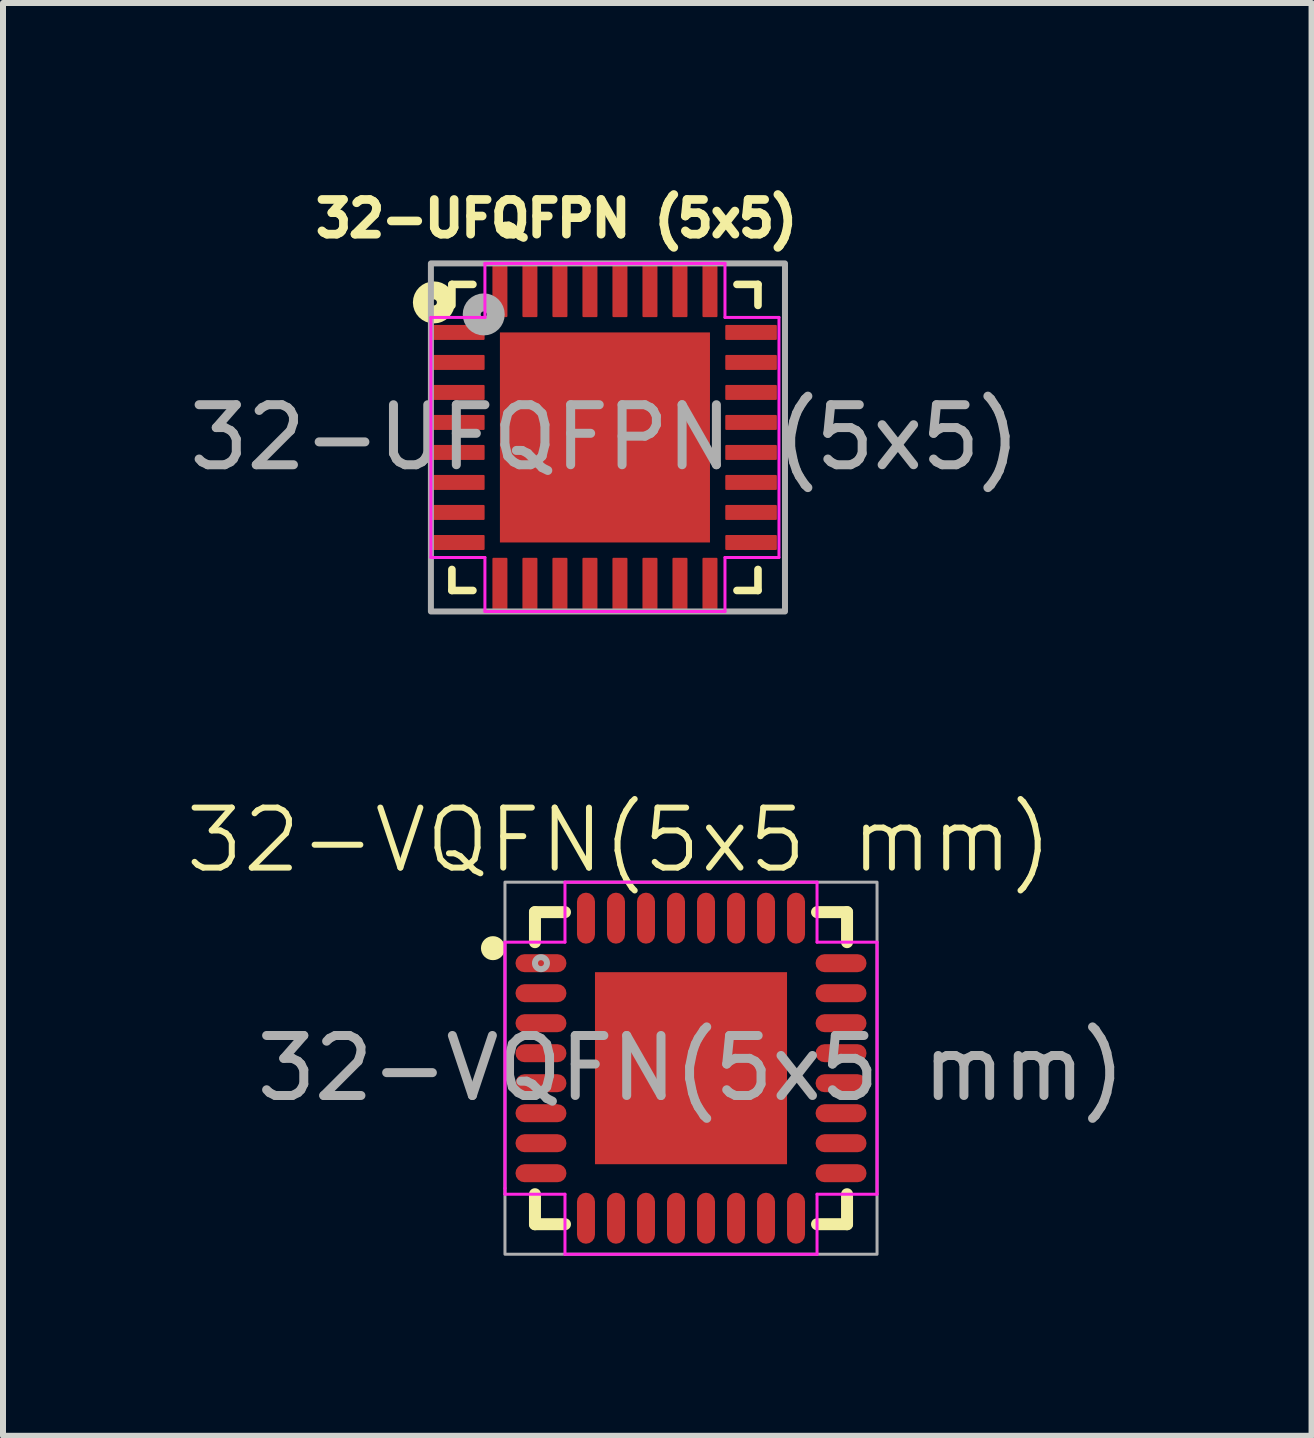
<source format=kicad_pcb>
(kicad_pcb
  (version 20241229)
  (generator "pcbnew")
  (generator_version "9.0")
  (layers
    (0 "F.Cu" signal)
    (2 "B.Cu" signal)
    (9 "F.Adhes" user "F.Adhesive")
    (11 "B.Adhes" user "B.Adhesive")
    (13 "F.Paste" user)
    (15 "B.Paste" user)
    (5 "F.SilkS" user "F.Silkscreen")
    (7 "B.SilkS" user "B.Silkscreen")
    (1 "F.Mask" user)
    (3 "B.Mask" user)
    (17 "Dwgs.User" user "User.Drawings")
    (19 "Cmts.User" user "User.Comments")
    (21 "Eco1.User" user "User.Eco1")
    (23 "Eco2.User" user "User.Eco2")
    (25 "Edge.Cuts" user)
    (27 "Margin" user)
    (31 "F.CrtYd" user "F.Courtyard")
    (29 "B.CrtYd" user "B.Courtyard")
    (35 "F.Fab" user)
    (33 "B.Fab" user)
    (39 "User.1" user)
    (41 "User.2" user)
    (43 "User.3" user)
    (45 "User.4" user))
  (footprint "32-UFQFPN (5x5)"
    (layer "F.Cu")
    (at 7.03 4.239)
    (property "Reference" "32-UFQFPN (5x5)" (at -0.807 -3.647 0) (layer "F.SilkS") (effects (font (size 0.578 0.578) (thickness 0.15))))
    (attr smd)
    (fp_line (start -2.55 -2.55) (end -2.55 -2.2) (stroke (width 0.127) (type solid)) (layer "F.SilkS"))
    (fp_line (start -2.55 -2.55) (end -2.2 -2.55) (stroke (width 0.127) (type solid)) (layer "F.SilkS"))
    (fp_line (start -2.55 2.55) (end -2.55 2.2) (stroke (width 0.127) (type solid)) (layer "F.SilkS"))
    (fp_line (start -2.55 2.55) (end -2.2 2.55) (stroke (width 0.127) (type solid)) (layer "F.SilkS"))
    (fp_line (start 2.55 -2.55) (end 2.2 -2.55) (stroke (width 0.127) (type solid)) (layer "F.SilkS"))
    (fp_line (start 2.55 -2.55) (end 2.55 -2.2) (stroke (width 0.127) (type solid)) (layer "F.SilkS"))
    (fp_line (start 2.55 2.55) (end 2.2 2.55) (stroke (width 0.127) (type solid)) (layer "F.SilkS"))
    (fp_line (start 2.55 2.55) (end 2.55 2.2) (stroke (width 0.127) (type solid)) (layer "F.SilkS"))
    (fp_circle (center -2.85 -2.25) (end -2.8 -2.25) (stroke (width 0.3) (type solid)) (fill no) (layer "F.SilkS"))
    (fp_poly (pts (xy -1.413 -1.41) (xy -0.17 -1.41) (xy -0.17 -0.17) (xy -1.413 -0.17)) (stroke (width 0.01) (type solid)) (fill yes) (layer "F.Paste"))
    (fp_poly (pts (xy -1.412 0.17) (xy -0.17 0.17) (xy -0.17 1.412) (xy -1.412 1.412)) (stroke (width 0.01) (type solid)) (fill yes) (layer "F.Paste"))
    (fp_poly (pts (xy 0.17 -1.41) (xy 1.41 -1.41) (xy 1.41 -0.17) (xy 0.17 -0.17)) (stroke (width 0.01) (type solid)) (fill yes) (layer "F.Paste"))
    (fp_poly (pts (xy 0.17 0.17) (xy 1.41 0.17) (xy 1.41 1.412) (xy 0.17 1.412)) (stroke (width 0.01) (type solid)) (fill yes) (layer "F.Paste"))
    (fp_line (start -2.9 -2) (end -2 -2) (stroke (width 0.05) (type default)) (layer "F.CrtYd"))
    (fp_line (start -2.9 2) (end -2.9 -2) (stroke (width 0.05) (type default)) (layer "F.CrtYd"))
    (fp_line (start -2 -2.9) (end 2 -2.9) (stroke (width 0.05) (type default)) (layer "F.CrtYd"))
    (fp_line (start -2 -2) (end -2 -2.9) (stroke (width 0.05) (type default)) (layer "F.CrtYd"))
    (fp_line (start -2 -2) (end -2 -2) (stroke (width 0.05) (type default)) (layer "F.CrtYd"))
    (fp_line (start -2 2) (end -2.9 2) (stroke (width 0.05) (type default)) (layer "F.CrtYd"))
    (fp_line (start -2 2.9) (end -2 2) (stroke (width 0.05) (type default)) (layer "F.CrtYd"))
    (fp_line (start 2 -2.9) (end 2 -2) (stroke (width 0.05) (type default)) (layer "F.CrtYd"))
    (fp_line (start 2 -2) (end 2.9 -2) (stroke (width 0.05) (type default)) (layer "F.CrtYd"))
    (fp_line (start 2 2) (end 2 2.9) (stroke (width 0.05) (type default)) (layer "F.CrtYd"))
    (fp_line (start 2 2.9) (end -2 2.9) (stroke (width 0.05) (type default)) (layer "F.CrtYd"))
    (fp_line (start 2.9 -2) (end 2.9 2) (stroke (width 0.05) (type default)) (layer "F.CrtYd"))
    (fp_line (start 2.9 2) (end 2 2) (stroke (width 0.05) (type default)) (layer "F.CrtYd"))
    (fp_rect (start -2.9 -2.9) (end 3 2.9) (stroke (width 0.1) (type default)) (fill no) (layer "F.Fab"))
    (fp_circle (center -2.02 -2.05) (end -1.97 -2.05) (stroke (width 0.3) (type solid)) (fill no) (layer "F.Fab"))
    (fp_text user "${REFERENCE}" (at 0 0 0) (unlocked yes) (layer "F.Fab") (effects (font (size 1 1) (thickness 0.15))))
    (pad "1" smd roundrect (at -2.435 -1.75) (size 0.86 0.25) (layers "F.Cu" "F.Mask" "F.Paste") (roundrect_rratio 0.07))
    (pad "2" smd roundrect (at -2.435 -1.25) (size 0.86 0.25) (layers "F.Cu" "F.Mask" "F.Paste") (roundrect_rratio 0.07))
    (pad "3" smd roundrect (at -2.435 -0.75) (size 0.86 0.25) (layers "F.Cu" "F.Mask" "F.Paste") (roundrect_rratio 0.07))
    (pad "4" smd roundrect (at -2.435 -0.25) (size 0.86 0.25) (layers "F.Cu" "F.Mask" "F.Paste") (roundrect_rratio 0.07))
    (pad "5" smd roundrect (at -2.435 0.25) (size 0.86 0.25) (layers "F.Cu" "F.Mask" "F.Paste") (roundrect_rratio 0.07))
    (pad "6" smd roundrect (at -2.435 0.75) (size 0.86 0.25) (layers "F.Cu" "F.Mask" "F.Paste") (roundrect_rratio 0.07))
    (pad "7" smd roundrect (at -2.435 1.25) (size 0.86 0.25) (layers "F.Cu" "F.Mask" "F.Paste") (roundrect_rratio 0.07))
    (pad "8" smd roundrect (at -2.435 1.75) (size 0.86 0.25) (layers "F.Cu" "F.Mask" "F.Paste") (roundrect_rratio 0.07))
    (pad "9" smd roundrect (at -1.75 2.435 90) (size 0.86 0.25) (layers "F.Cu" "F.Mask" "F.Paste") (roundrect_rratio 0.07))
    (pad "10" smd roundrect (at -1.25 2.435 90) (size 0.86 0.25) (layers "F.Cu" "F.Mask" "F.Paste") (roundrect_rratio 0.07))
    (pad "11" smd roundrect (at -0.75 2.435 90) (size 0.86 0.25) (layers "F.Cu" "F.Mask" "F.Paste") (roundrect_rratio 0.07))
    (pad "12" smd roundrect (at -0.25 2.435 90) (size 0.86 0.25) (layers "F.Cu" "F.Mask" "F.Paste") (roundrect_rratio 0.07))
    (pad "13" smd roundrect (at 0.25 2.435 90) (size 0.86 0.25) (layers "F.Cu" "F.Mask" "F.Paste") (roundrect_rratio 0.07))
    (pad "14" smd roundrect (at 0.75 2.435 90) (size 0.86 0.25) (layers "F.Cu" "F.Mask" "F.Paste") (roundrect_rratio 0.07))
    (pad "15" smd roundrect (at 1.25 2.435 90) (size 0.86 0.25) (layers "F.Cu" "F.Mask" "F.Paste") (roundrect_rratio 0.07))
    (pad "16" smd roundrect (at 1.75 2.435 90) (size 0.86 0.25) (layers "F.Cu" "F.Mask" "F.Paste") (roundrect_rratio 0.07))
    (pad "17" smd roundrect (at 2.435 1.75 180) (size 0.86 0.25) (layers "F.Cu" "F.Mask" "F.Paste") (roundrect_rratio 0.07))
    (pad "18" smd roundrect (at 2.435 1.25 180) (size 0.86 0.25) (layers "F.Cu" "F.Mask" "F.Paste") (roundrect_rratio 0.07))
    (pad "19" smd roundrect (at 2.435 0.75 180) (size 0.86 0.25) (layers "F.Cu" "F.Mask" "F.Paste") (roundrect_rratio 0.07))
    (pad "20" smd roundrect (at 2.435 0.25 180) (size 0.86 0.25) (layers "F.Cu" "F.Mask" "F.Paste") (roundrect_rratio 0.07))
    (pad "21" smd roundrect (at 2.435 -0.25 180) (size 0.86 0.25) (layers "F.Cu" "F.Mask" "F.Paste") (roundrect_rratio 0.07))
    (pad "22" smd roundrect (at 2.435 -0.75 180) (size 0.86 0.25) (layers "F.Cu" "F.Mask" "F.Paste") (roundrect_rratio 0.07))
    (pad "23" smd roundrect (at 2.435 -1.25 180) (size 0.86 0.25) (layers "F.Cu" "F.Mask" "F.Paste") (roundrect_rratio 0.07))
    (pad "24" smd roundrect (at 2.435 -1.75 180) (size 0.86 0.25) (layers "F.Cu" "F.Mask" "F.Paste") (roundrect_rratio 0.07))
    (pad "25" smd roundrect (at 1.75 -2.435 270) (size 0.86 0.25) (layers "F.Cu" "F.Mask" "F.Paste") (roundrect_rratio 0.07))
    (pad "26" smd roundrect (at 1.25 -2.435 270) (size 0.86 0.25) (layers "F.Cu" "F.Mask" "F.Paste") (roundrect_rratio 0.07))
    (pad "27" smd roundrect (at 0.75 -2.435 270) (size 0.86 0.25) (layers "F.Cu" "F.Mask" "F.Paste") (roundrect_rratio 0.07))
    (pad "28" smd roundrect (at 0.25 -2.435 270) (size 0.86 0.25) (layers "F.Cu" "F.Mask" "F.Paste") (roundrect_rratio 0.07))
    (pad "29" smd roundrect (at -0.25 -2.435 270) (size 0.86 0.25) (layers "F.Cu" "F.Mask" "F.Paste") (roundrect_rratio 0.07))
    (pad "30" smd roundrect (at -0.75 -2.435 270) (size 0.86 0.25) (layers "F.Cu" "F.Mask" "F.Paste") (roundrect_rratio 0.07))
    (pad "31" smd roundrect (at -1.25 -2.435 270) (size 0.86 0.25) (layers "F.Cu" "F.Mask" "F.Paste") (roundrect_rratio 0.07))
    (pad "32" smd roundrect (at -1.75 -2.435 270) (size 0.86 0.25) (layers "F.Cu" "F.Mask" "F.Paste") (roundrect_rratio 0.07))
    (pad "33" smd rect (at 0 0) (size 3.5 3.5) (layers "F.Cu" "F.Mask")))
  (footprint "32-VQFN(5x5 mm)"
    (layer "F.Cu")
    (at 8.464 14.749)
    (property "Reference" "32-VQFN(5x5 mm)" (at -1.2 -3.8 0) (unlocked yes) (layer "F.SilkS") (effects (font (size 1 1) (thickness 0.1))))
    (attr smd)
    (fp_line (start -2.6 -2.6) (end -2.6 -2.1) (stroke (width 0.2) (type default)) (layer "F.SilkS"))
    (fp_line (start -2.6 2.1) (end -2.6 2.6) (stroke (width 0.2) (type default)) (layer "F.SilkS"))
    (fp_line (start -2.6 2.6) (end -2.1 2.6) (stroke (width 0.2) (type default)) (layer "F.SilkS"))
    (fp_line (start -2.1 -2.6) (end -2.6 -2.6) (stroke (width 0.2) (type default)) (layer "F.SilkS"))
    (fp_line (start 2.1 2.6) (end 2.6 2.6) (stroke (width 0.2) (type default)) (layer "F.SilkS"))
    (fp_line (start 2.6 -2.6) (end 2.1 -2.6) (stroke (width 0.2) (type default)) (layer "F.SilkS"))
    (fp_line (start 2.6 -2.1) (end 2.6 -2.6) (stroke (width 0.2) (type default)) (layer "F.SilkS"))
    (fp_line (start 2.6 2.6) (end 2.6 2.1) (stroke (width 0.2) (type default)) (layer "F.SilkS"))
    (fp_circle (center -3.3 -2) (end -3.2 -2) (stroke (width 0.2) (type default)) (fill no) (layer "F.SilkS"))
    (fp_line (start -3.1 -2.1) (end -3.1 2) (stroke (width 0.05) (type default)) (layer "F.CrtYd"))
    (fp_line (start -3.1 -2.1) (end -2.1 -2.1) (stroke (width 0.05) (type default)) (layer "F.CrtYd"))
    (fp_line (start -3.1 2) (end -3.1 2.1) (stroke (width 0.05) (type default)) (layer "F.CrtYd"))
    (fp_line (start -3.1 2.1) (end -2.1 2.1) (stroke (width 0.05) (type default)) (layer "F.CrtYd"))
    (fp_line (start -2.1 -3.1) (end 2.1 -3.1) (stroke (width 0.05) (type default)) (layer "F.CrtYd"))
    (fp_line (start -2.1 -2.1) (end -2.1 -3.1) (stroke (width 0.05) (type default)) (layer "F.CrtYd"))
    (fp_line (start -2.1 2.1) (end -2.1 3.1) (stroke (width 0.05) (type default)) (layer "F.CrtYd"))
    (fp_line (start -2.1 3.1) (end 2.1 3.1) (stroke (width 0.05) (type default)) (layer "F.CrtYd"))
    (fp_line (start 2.1 -3.1) (end 2.1 -2.1) (stroke (width 0.05) (type default)) (layer "F.CrtYd"))
    (fp_line (start 2.1 -2.1) (end 3.1 -2.1) (stroke (width 0.05) (type default)) (layer "F.CrtYd"))
    (fp_line (start 2.1 2.1) (end 3.1 2.1) (stroke (width 0.05) (type default)) (layer "F.CrtYd"))
    (fp_line (start 2.1 3.1) (end 2.1 2.1) (stroke (width 0.05) (type default)) (layer "F.CrtYd"))
    (fp_line (start 3.1 2.1) (end 3.1 -2.1) (stroke (width 0.05) (type default)) (layer "F.CrtYd"))
    (fp_rect (start -3.1 -3.1) (end 3.1 3.1) (stroke (width 0.05) (type default)) (fill no) (layer "F.Fab"))
    (fp_circle (center -2.5 -1.75) (end -2.4 -1.75) (stroke (width 0.1) (type solid)) (fill no) (layer "F.Fab"))
    (fp_text user "${REFERENCE}" (at 0 0 0) (unlocked yes) (layer "F.Fab") (effects (font (size 1 1) (thickness 0.15))))
    (pad "1" smd roundrect (at -2.5 -1.75) (size 0.85 0.3) (layers "F.Cu" "F.Mask" "F.Paste") (roundrect_rratio 0.5))
    (pad "2" smd roundrect (at -2.5 -1.25) (size 0.85 0.3) (layers "F.Cu" "F.Mask" "F.Paste") (roundrect_rratio 0.5))
    (pad "3" smd roundrect (at -2.5 -0.75) (size 0.85 0.3) (layers "F.Cu" "F.Mask" "F.Paste") (roundrect_rratio 0.5))
    (pad "4" smd roundrect (at -2.5 -0.25) (size 0.85 0.3) (layers "F.Cu" "F.Mask" "F.Paste") (roundrect_rratio 0.5))
    (pad "5" smd roundrect (at -2.5 0.25) (size 0.85 0.3) (layers "F.Cu" "F.Mask" "F.Paste") (roundrect_rratio 0.5))
    (pad "6" smd roundrect (at -2.5 0.75) (size 0.85 0.3) (layers "F.Cu" "F.Mask" "F.Paste") (roundrect_rratio 0.5))
    (pad "7" smd roundrect (at -2.5 1.25) (size 0.85 0.3) (layers "F.Cu" "F.Mask" "F.Paste") (roundrect_rratio 0.5))
    (pad "8" smd roundrect (at -2.5 1.75) (size 0.85 0.3) (layers "F.Cu" "F.Mask" "F.Paste") (roundrect_rratio 0.5))
    (pad "9" smd roundrect (at -1.75 2.5 90) (size 0.85 0.3) (layers "F.Cu" "F.Mask" "F.Paste") (roundrect_rratio 0.5))
    (pad "10" smd roundrect (at -1.25 2.5 90) (size 0.85 0.3) (layers "F.Cu" "F.Mask" "F.Paste") (roundrect_rratio 0.5))
    (pad "11" smd roundrect (at -0.75 2.5 90) (size 0.85 0.3) (layers "F.Cu" "F.Mask" "F.Paste") (roundrect_rratio 0.5))
    (pad "12" smd roundrect (at -0.25 2.5 90) (size 0.85 0.3) (layers "F.Cu" "F.Mask" "F.Paste") (roundrect_rratio 0.5))
    (pad "13" smd roundrect (at 0.25 2.5 90) (size 0.85 0.3) (layers "F.Cu" "F.Mask" "F.Paste") (roundrect_rratio 0.5))
    (pad "14" smd roundrect (at 0.75 2.5 90) (size 0.85 0.3) (layers "F.Cu" "F.Mask" "F.Paste") (roundrect_rratio 0.5))
    (pad "15" smd roundrect (at 1.25 2.5 90) (size 0.85 0.3) (layers "F.Cu" "F.Mask" "F.Paste") (roundrect_rratio 0.5))
    (pad "16" smd roundrect (at 1.75 2.5 90) (size 0.85 0.3) (layers "F.Cu" "F.Mask" "F.Paste") (roundrect_rratio 0.5))
    (pad "17" smd roundrect (at 2.5 1.75) (size 0.85 0.3) (layers "F.Cu" "F.Mask" "F.Paste") (roundrect_rratio 0.5))
    (pad "18" smd roundrect (at 2.5 1.25) (size 0.85 0.3) (layers "F.Cu" "F.Mask" "F.Paste") (roundrect_rratio 0.5))
    (pad "19" smd roundrect (at 2.5 0.75) (size 0.85 0.3) (layers "F.Cu" "F.Mask" "F.Paste") (roundrect_rratio 0.5))
    (pad "20" smd roundrect (at 2.5 0.25) (size 0.85 0.3) (layers "F.Cu" "F.Mask" "F.Paste") (roundrect_rratio 0.5))
    (pad "21" smd roundrect (at 2.5 -0.25) (size 0.85 0.3) (layers "F.Cu" "F.Mask" "F.Paste") (roundrect_rratio 0.5))
    (pad "22" smd roundrect (at 2.5 -0.75) (size 0.85 0.3) (layers "F.Cu" "F.Mask" "F.Paste") (roundrect_rratio 0.5))
    (pad "23" smd roundrect (at 2.5 -1.25) (size 0.85 0.3) (layers "F.Cu" "F.Mask" "F.Paste") (roundrect_rratio 0.5))
    (pad "24" smd roundrect (at 2.5 -1.75) (size 0.85 0.3) (layers "F.Cu" "F.Mask" "F.Paste") (roundrect_rratio 0.5))
    (pad "25" smd roundrect (at 1.75 -2.5 90) (size 0.85 0.3) (layers "F.Cu" "F.Mask" "F.Paste") (roundrect_rratio 0.5))
    (pad "26" smd roundrect (at 1.25 -2.5 90) (size 0.85 0.3) (layers "F.Cu" "F.Mask" "F.Paste") (roundrect_rratio 0.5))
    (pad "27" smd roundrect (at 0.75 -2.5 90) (size 0.85 0.3) (layers "F.Cu" "F.Mask" "F.Paste") (roundrect_rratio 0.5))
    (pad "28" smd roundrect (at 0.25 -2.5 90) (size 0.85 0.3) (layers "F.Cu" "F.Mask" "F.Paste") (roundrect_rratio 0.5))
    (pad "29" smd roundrect (at -0.25 -2.5 90) (size 0.85 0.3) (layers "F.Cu" "F.Mask" "F.Paste") (roundrect_rratio 0.5))
    (pad "30" smd roundrect (at -0.75 -2.5 90) (size 0.85 0.3) (layers "F.Cu" "F.Mask" "F.Paste") (roundrect_rratio 0.5))
    (pad "31" smd roundrect (at -1.25 -2.5 90) (size 0.85 0.3) (layers "F.Cu" "F.Mask" "F.Paste") (roundrect_rratio 0.5))
    (pad "32" smd roundrect (at -1.75 -2.5 90) (size 0.85 0.3) (layers "F.Cu" "F.Mask" "F.Paste") (roundrect_rratio 0.5))
    (pad "33" smd rect (at 0 0 90) (size 3.2 3.2) (layers "F.Cu" "F.Mask" "F.Paste")))
  (gr_rect
    (start -3 -3)
    (end 18.804 20.874)
    (stroke (width 0.1) (type default))
    (fill no)
    (layer "Edge.Cuts")))
</source>
